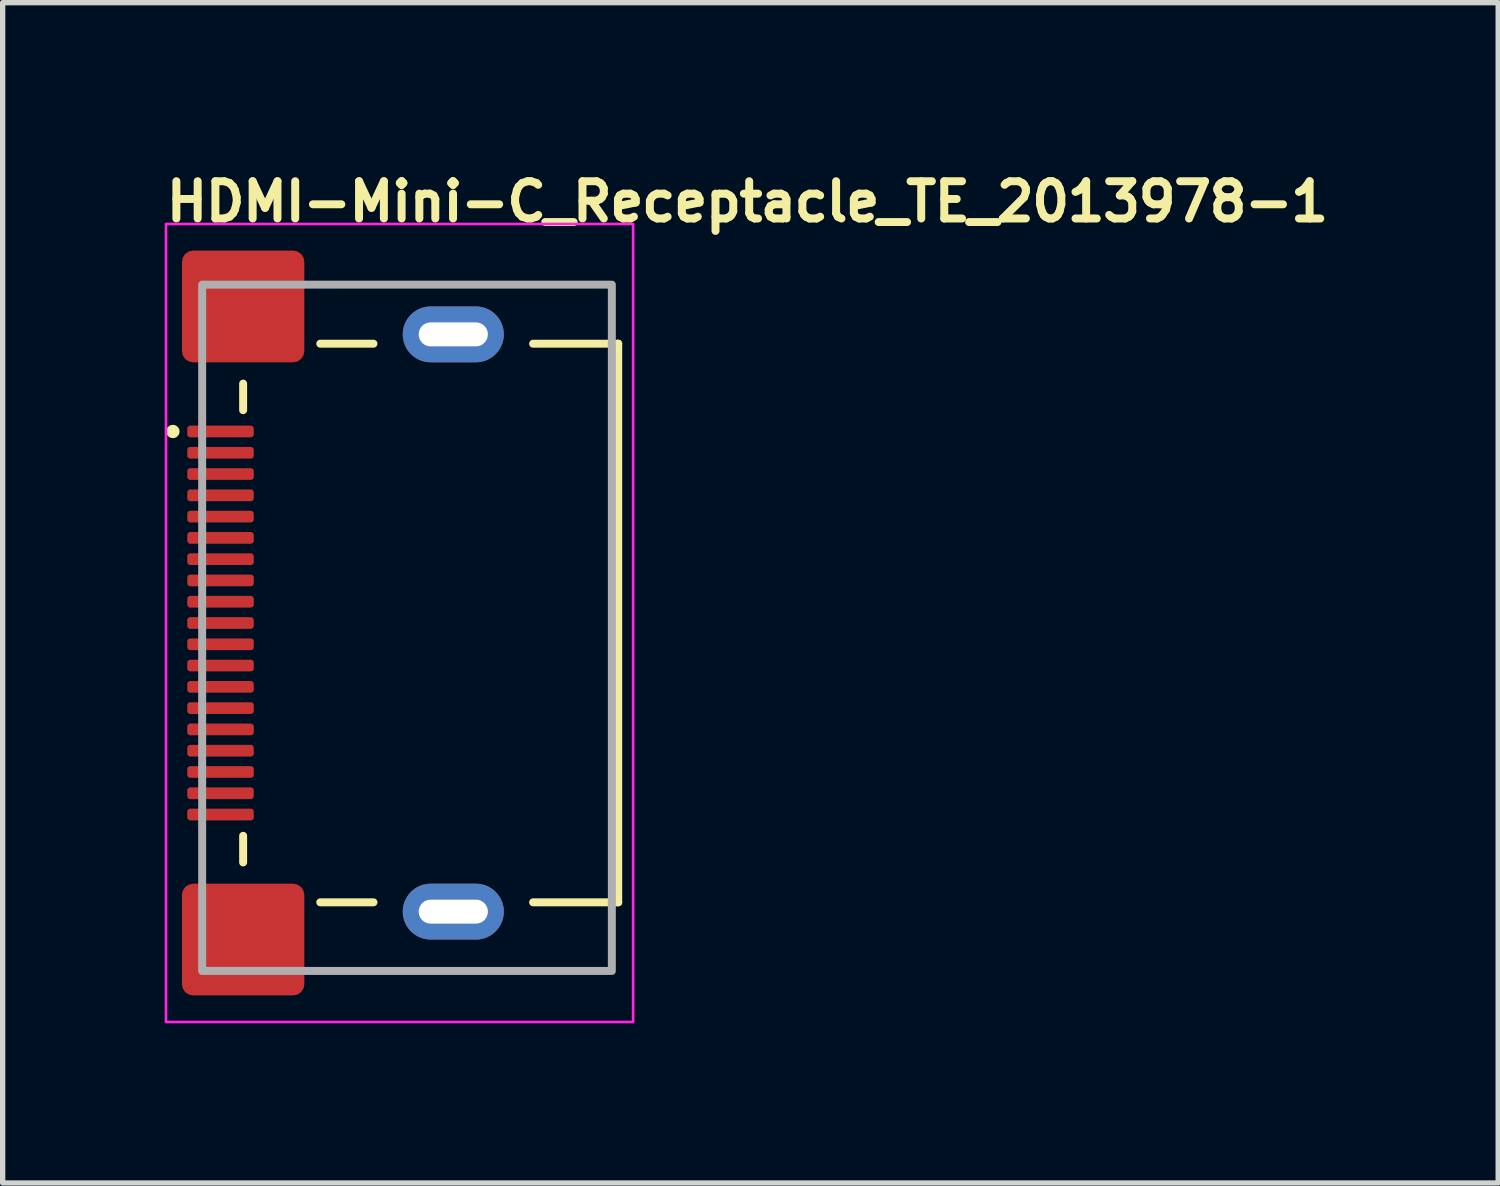
<source format=kicad_pcb>
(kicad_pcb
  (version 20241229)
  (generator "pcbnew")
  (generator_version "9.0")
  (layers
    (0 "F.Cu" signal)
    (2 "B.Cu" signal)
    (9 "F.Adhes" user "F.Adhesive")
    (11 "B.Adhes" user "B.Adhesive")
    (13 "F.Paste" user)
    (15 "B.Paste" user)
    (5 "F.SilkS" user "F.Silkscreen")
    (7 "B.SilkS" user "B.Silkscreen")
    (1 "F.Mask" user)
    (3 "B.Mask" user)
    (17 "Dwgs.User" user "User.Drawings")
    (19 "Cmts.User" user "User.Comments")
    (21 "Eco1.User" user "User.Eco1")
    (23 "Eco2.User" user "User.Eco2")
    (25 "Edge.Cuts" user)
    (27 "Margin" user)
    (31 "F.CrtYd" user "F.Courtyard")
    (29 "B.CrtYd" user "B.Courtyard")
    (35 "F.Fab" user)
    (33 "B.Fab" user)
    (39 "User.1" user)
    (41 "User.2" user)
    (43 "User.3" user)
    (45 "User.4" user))
  (footprint "HDMI-Mini-C_Receptacle_TE_2013978-1"
    (layer "F.Cu")
    (at 4.6 8.75)
    (property "Reference" "HDMI-Mini-C_Receptacle_TE_2013978-1" (at -4.6 -7.6 0) (layer "F.SilkS") (effects (font (size 0.7 0.7) (thickness 0.15)) (justify left bottom)))
    (attr smd)
    (fp_line (start -3.08 -4.59) (end -3.08 -4.09) (stroke (width 0.15) (type solid)) (layer "F.SilkS"))
    (fp_line (start -3.08 3.91) (end -3.08 4.41) (stroke (width 0.15) (type solid)) (layer "F.SilkS"))
    (fp_line (start -0.63 -5.34) (end -1.63 -5.34) (stroke (width 0.15) (type solid)) (layer "F.SilkS"))
    (fp_line (start -0.63 5.16) (end -1.63 5.16) (stroke (width 0.15) (type solid)) (layer "F.SilkS"))
    (fp_line (start 2.37 5.16) (end 3.97 5.16) (stroke (width 0.15) (type solid)) (layer "F.SilkS"))
    (fp_line (start 3.97 -5.34) (end 2.37 -5.34) (stroke (width 0.15) (type solid)) (layer "F.SilkS"))
    (fp_line (start 3.97 5.16) (end 3.97 -5.34) (stroke (width 0.15) (type solid)) (layer "F.SilkS"))
    (fp_circle (center -4.4 -3.69) (end -4.35 -3.69) (stroke (width 0.15) (type solid)) (fill yes) (layer "F.SilkS"))
    (fp_rect (start -4.53 -7.59) (end 4.25 7.41) (stroke (width 0.05) (type solid)) (fill no) (layer "F.CrtYd"))
    (fp_rect (start -3.85 -6.45) (end 3.85 6.45) (stroke (width 0.15) (type solid)) (fill no) (layer "F.Fab"))
    (fp_rect (start -3.85 -6.45) (end 3.85 6.45) (stroke (width 0.1) (type solid)) (fill no) (layer "User.5"))
    (fp_line (start -3.85 -6.45) (end -3.85 -5.85) (stroke (width 0.02) (type solid)) (layer "User.9"))
    (fp_line (start -3.85 -6.45) (end -2.55 -6.45) (stroke (width 0.02) (type solid)) (layer "User.9"))
    (fp_line (start -3.85 -5.85) (end -3.85 -5.822) (stroke (width 0.02) (type solid)) (layer "User.9"))
    (fp_line (start -3.85 -5.85) (end -2.55 -5.85) (stroke (width 0.02) (type solid)) (layer "User.9"))
    (fp_line (start -3.85 -5.822) (end -3.85 -5.794) (stroke (width 0.02) (type solid)) (layer "User.9"))
    (fp_line (start -3.85 -5.794) (end -3.85 -5.767) (stroke (width 0.02) (type solid)) (layer "User.9"))
    (fp_line (start -3.85 -5.767) (end -3.85 -5.742) (stroke (width 0.02) (type solid)) (layer "User.9"))
    (fp_line (start -3.85 -5.742) (end -3.85 -5.717) (stroke (width 0.02) (type solid)) (layer "User.9"))
    (fp_line (start -3.85 -5.717) (end -3.85 -5.694) (stroke (width 0.02) (type solid)) (layer "User.9"))
    (fp_line (start -3.85 -5.694) (end -3.85 -5.673) (stroke (width 0.02) (type solid)) (layer "User.9"))
    (fp_line (start -3.85 -5.673) (end -3.85 -5.655) (stroke (width 0.02) (type solid)) (layer "User.9"))
    (fp_line (start -3.85 -5.655) (end -3.85 -5.638) (stroke (width 0.02) (type solid)) (layer "User.9"))
    (fp_line (start -3.85 -5.638) (end -3.85 -5.625) (stroke (width 0.02) (type solid)) (layer "User.9"))
    (fp_line (start -3.85 -5.625) (end -3.85 -5.614) (stroke (width 0.02) (type solid)) (layer "User.9"))
    (fp_line (start -3.85 -5.614) (end -3.85 -5.606) (stroke (width 0.02) (type solid)) (layer "User.9"))
    (fp_line (start -3.85 -5.606) (end -3.85 -5.602) (stroke (width 0.02) (type solid)) (layer "User.9"))
    (fp_line (start -3.85 -5.602) (end -3.85 -5.6) (stroke (width 0.02) (type solid)) (layer "User.9"))
    (fp_line (start -3.85 -5.6) (end -3.85 -5.597) (stroke (width 0.02) (type solid)) (layer "User.9"))
    (fp_line (start -3.85 -5.597) (end -3.85 -5.586) (stroke (width 0.02) (type solid)) (layer "User.9"))
    (fp_line (start -3.85 -5.586) (end -3.85 -5.569) (stroke (width 0.02) (type solid)) (layer "User.9"))
    (fp_line (start -3.85 -5.569) (end -3.85 -5.546) (stroke (width 0.02) (type solid)) (layer "User.9"))
    (fp_line (start -3.85 -5.546) (end -3.85 -5.516) (stroke (width 0.02) (type solid)) (layer "User.9"))
    (fp_line (start -3.85 -5.516) (end -3.85 -5.48) (stroke (width 0.02) (type solid)) (layer "User.9"))
    (fp_line (start -3.85 -5.48) (end -3.85 -5.439) (stroke (width 0.02) (type solid)) (layer "User.9"))
    (fp_line (start -3.85 -5.439) (end -3.85 -5.393) (stroke (width 0.02) (type solid)) (layer "User.9"))
    (fp_line (start -3.85 -5.393) (end -3.85 -5.343) (stroke (width 0.02) (type solid)) (layer "User.9"))
    (fp_line (start -3.85 -5.343) (end -3.85 -5.289) (stroke (width 0.02) (type solid)) (layer "User.9"))
    (fp_line (start -3.85 -5.289) (end -3.85 -5.232) (stroke (width 0.02) (type solid)) (layer "User.9"))
    (fp_line (start -3.85 -5.232) (end -3.85 -5.172) (stroke (width 0.02) (type solid)) (layer "User.9"))
    (fp_line (start -3.85 -5.172) (end -3.85 -5.112) (stroke (width 0.02) (type solid)) (layer "User.9"))
    (fp_line (start -3.85 -5.112) (end -3.85 -5.05) (stroke (width 0.02) (type solid)) (layer "User.9"))
    (fp_line (start -3.85 -5.05) (end -3.85 -3.7) (stroke (width 0.02) (type solid)) (layer "User.9"))
    (fp_line (start -3.85 -3.7) (end -3.846 -3.653) (stroke (width 0.02) (type solid)) (layer "User.9"))
    (fp_line (start -3.85 -3.562) (end -3.85 -3.807) (stroke (width 0.02) (type solid)) (layer "User.9"))
    (fp_line (start -3.85 -3.562) (end -3.817 -3.562) (stroke (width 0.02) (type solid)) (layer "User.9"))
    (fp_line (start -3.85 -3.408) (end -3.617 -3.408) (stroke (width 0.02) (type solid)) (layer "User.9"))
    (fp_line (start -3.85 -3.162) (end -3.85 -3.408) (stroke (width 0.02) (type solid)) (layer "User.9"))
    (fp_line (start -3.85 -3.162) (end -3.38 -3.162) (stroke (width 0.02) (type solid)) (layer "User.9"))
    (fp_line (start -3.85 -3.008) (end -3.38 -3.008) (stroke (width 0.02) (type solid)) (layer "User.9"))
    (fp_line (start -3.85 -2.762) (end -3.85 -3.008) (stroke (width 0.02) (type solid)) (layer "User.9"))
    (fp_line (start -3.85 -2.762) (end -3.38 -2.762) (stroke (width 0.02) (type solid)) (layer "User.9"))
    (fp_line (start -3.85 -2.608) (end -3.38 -2.608) (stroke (width 0.02) (type solid)) (layer "User.9"))
    (fp_line (start -3.85 -2.362) (end -3.85 -2.608) (stroke (width 0.02) (type solid)) (layer "User.9"))
    (fp_line (start -3.85 -2.362) (end -3.38 -2.362) (stroke (width 0.02) (type solid)) (layer "User.9"))
    (fp_line (start -3.85 -2.208) (end -3.38 -2.208) (stroke (width 0.02) (type solid)) (layer "User.9"))
    (fp_line (start -3.85 -1.962) (end -3.85 -2.208) (stroke (width 0.02) (type solid)) (layer "User.9"))
    (fp_line (start -3.85 -1.962) (end -3.38 -1.962) (stroke (width 0.02) (type solid)) (layer "User.9"))
    (fp_line (start -3.85 -1.808) (end -3.38 -1.808) (stroke (width 0.02) (type solid)) (layer "User.9"))
    (fp_line (start -3.85 -1.562) (end -3.85 -1.808) (stroke (width 0.02) (type solid)) (layer "User.9"))
    (fp_line (start -3.85 -1.562) (end -3.38 -1.562) (stroke (width 0.02) (type solid)) (layer "User.9"))
    (fp_line (start -3.85 -1.407) (end -3.38 -1.407) (stroke (width 0.02) (type solid)) (layer "User.9"))
    (fp_line (start -3.85 -1.162) (end -3.85 -1.407) (stroke (width 0.02) (type solid)) (layer "User.9"))
    (fp_line (start -3.85 -1.162) (end -3.38 -1.162) (stroke (width 0.02) (type solid)) (layer "User.9"))
    (fp_line (start -3.85 -1.008) (end -3.38 -1.008) (stroke (width 0.02) (type solid)) (layer "User.9"))
    (fp_line (start -3.85 -0.762) (end -3.85 -1.008) (stroke (width 0.02) (type solid)) (layer "User.9"))
    (fp_line (start -3.85 -0.762) (end -3.38 -0.762) (stroke (width 0.02) (type solid)) (layer "User.9"))
    (fp_line (start -3.85 -0.608) (end -3.38 -0.608) (stroke (width 0.02) (type solid)) (layer "User.9"))
    (fp_line (start -3.85 -0.362) (end -3.85 -0.608) (stroke (width 0.02) (type solid)) (layer "User.9"))
    (fp_line (start -3.85 -0.362) (end -3.38 -0.362) (stroke (width 0.02) (type solid)) (layer "User.9"))
    (fp_line (start -3.85 -0.207) (end -3.38 -0.207) (stroke (width 0.02) (type solid)) (layer "User.9"))
    (fp_line (start -3.85 0.038) (end -3.85 -0.207) (stroke (width 0.02) (type solid)) (layer "User.9"))
    (fp_line (start -3.85 0.038) (end -3.38 0.038) (stroke (width 0.02) (type solid)) (layer "User.9"))
    (fp_line (start -3.85 0.192) (end -3.38 0.192) (stroke (width 0.02) (type solid)) (layer "User.9"))
    (fp_line (start -3.85 0.438) (end -3.85 0.192) (stroke (width 0.02) (type solid)) (layer "User.9"))
    (fp_line (start -3.85 0.438) (end -3.38 0.438) (stroke (width 0.02) (type solid)) (layer "User.9"))
    (fp_line (start -3.85 0.592) (end -3.38 0.592) (stroke (width 0.02) (type solid)) (layer "User.9"))
    (fp_line (start -3.85 0.838) (end -3.85 0.592) (stroke (width 0.02) (type solid)) (layer "User.9"))
    (fp_line (start -3.85 0.838) (end -3.38 0.838) (stroke (width 0.02) (type solid)) (layer "User.9"))
    (fp_line (start -3.85 0.992) (end -3.38 0.992) (stroke (width 0.02) (type solid)) (layer "User.9"))
    (fp_line (start -3.85 1.237) (end -3.85 0.992) (stroke (width 0.02) (type solid)) (layer "User.9"))
    (fp_line (start -3.85 1.237) (end -3.38 1.237) (stroke (width 0.02) (type solid)) (layer "User.9"))
    (fp_line (start -3.85 1.392) (end -3.38 1.392) (stroke (width 0.02) (type solid)) (layer "User.9"))
    (fp_line (start -3.85 1.638) (end -3.85 1.392) (stroke (width 0.02) (type solid)) (layer "User.9"))
    (fp_line (start -3.85 1.638) (end -3.38 1.638) (stroke (width 0.02) (type solid)) (layer "User.9"))
    (fp_line (start -3.85 1.792) (end -3.38 1.792) (stroke (width 0.02) (type solid)) (layer "User.9"))
    (fp_line (start -3.85 2.038) (end -3.85 1.792) (stroke (width 0.02) (type solid)) (layer "User.9"))
    (fp_line (start -3.85 2.038) (end -3.38 2.038) (stroke (width 0.02) (type solid)) (layer "User.9"))
    (fp_line (start -3.85 2.192) (end -3.38 2.192) (stroke (width 0.02) (type solid)) (layer "User.9"))
    (fp_line (start -3.85 2.438) (end -3.85 2.192) (stroke (width 0.02) (type solid)) (layer "User.9"))
    (fp_line (start -3.85 2.438) (end -3.38 2.438) (stroke (width 0.02) (type solid)) (layer "User.9"))
    (fp_line (start -3.85 2.592) (end -3.38 2.592) (stroke (width 0.02) (type solid)) (layer "User.9"))
    (fp_line (start -3.85 2.838) (end -3.85 2.592) (stroke (width 0.02) (type solid)) (layer "User.9"))
    (fp_line (start -3.85 2.838) (end -3.38 2.838) (stroke (width 0.02) (type solid)) (layer "User.9"))
    (fp_line (start -3.85 2.992) (end -3.38 2.992) (stroke (width 0.02) (type solid)) (layer "User.9"))
    (fp_line (start -3.85 3.238) (end -3.85 2.992) (stroke (width 0.02) (type solid)) (layer "User.9"))
    (fp_line (start -3.85 3.238) (end -3.38 3.238) (stroke (width 0.02) (type solid)) (layer "User.9"))
    (fp_line (start -3.85 3.392) (end -3.38 3.392) (stroke (width 0.02) (type solid)) (layer "User.9"))
    (fp_line (start -3.85 3.638) (end -3.85 3.392) (stroke (width 0.02) (type solid)) (layer "User.9"))
    (fp_line (start -3.85 3.638) (end -3.843 3.638) (stroke (width 0.02) (type solid)) (layer "User.9"))
    (fp_line (start -3.85 3.7) (end -3.85 5.05) (stroke (width 0.02) (type solid)) (layer "User.9"))
    (fp_line (start -3.85 5.05) (end -3.85 5.112) (stroke (width 0.02) (type solid)) (layer "User.9"))
    (fp_line (start -3.85 5.112) (end -3.85 5.172) (stroke (width 0.02) (type solid)) (layer "User.9"))
    (fp_line (start -3.85 5.172) (end -3.85 5.232) (stroke (width 0.02) (type solid)) (layer "User.9"))
    (fp_line (start -3.85 5.232) (end -3.85 5.289) (stroke (width 0.02) (type solid)) (layer "User.9"))
    (fp_line (start -3.85 5.289) (end -3.85 5.343) (stroke (width 0.02) (type solid)) (layer "User.9"))
    (fp_line (start -3.85 5.343) (end -3.85 5.393) (stroke (width 0.02) (type solid)) (layer "User.9"))
    (fp_line (start -3.85 5.393) (end -3.85 5.439) (stroke (width 0.02) (type solid)) (layer "User.9"))
    (fp_line (start -3.85 5.439) (end -3.85 5.48) (stroke (width 0.02) (type solid)) (layer "User.9"))
    (fp_line (start -3.85 5.48) (end -3.85 5.516) (stroke (width 0.02) (type solid)) (layer "User.9"))
    (fp_line (start -3.85 5.516) (end -3.85 5.546) (stroke (width 0.02) (type solid)) (layer "User.9"))
    (fp_line (start -3.85 5.546) (end -3.85 5.569) (stroke (width 0.02) (type solid)) (layer "User.9"))
    (fp_line (start -3.85 5.569) (end -3.85 5.586) (stroke (width 0.02) (type solid)) (layer "User.9"))
    (fp_line (start -3.85 5.586) (end -3.85 5.597) (stroke (width 0.02) (type solid)) (layer "User.9"))
    (fp_line (start -3.85 5.597) (end -3.85 5.6) (stroke (width 0.02) (type solid)) (layer "User.9"))
    (fp_line (start -3.85 5.6) (end -3.85 5.602) (stroke (width 0.02) (type solid)) (layer "User.9"))
    (fp_line (start -3.85 5.602) (end -3.85 5.606) (stroke (width 0.02) (type solid)) (layer "User.9"))
    (fp_line (start -3.85 5.606) (end -3.85 5.614) (stroke (width 0.02) (type solid)) (layer "User.9"))
    (fp_line (start -3.85 5.614) (end -3.85 5.625) (stroke (width 0.02) (type solid)) (layer "User.9"))
    (fp_line (start -3.85 5.625) (end -3.85 5.638) (stroke (width 0.02) (type solid)) (layer "User.9"))
    (fp_line (start -3.85 5.638) (end -3.85 5.655) (stroke (width 0.02) (type solid)) (layer "User.9"))
    (fp_line (start -3.85 5.655) (end -3.85 5.673) (stroke (width 0.02) (type solid)) (layer "User.9"))
    (fp_line (start -3.85 5.673) (end -3.85 5.694) (stroke (width 0.02) (type solid)) (layer "User.9"))
    (fp_line (start -3.85 5.694) (end -3.85 5.717) (stroke (width 0.02) (type solid)) (layer "User.9"))
    (fp_line (start -3.85 5.717) (end -3.85 5.742) (stroke (width 0.02) (type solid)) (layer "User.9"))
    (fp_line (start -3.85 5.742) (end -3.85 5.767) (stroke (width 0.02) (type solid)) (layer "User.9"))
    (fp_line (start -3.85 5.767) (end -3.85 5.794) (stroke (width 0.02) (type solid)) (layer "User.9"))
    (fp_line (start -3.85 5.794) (end -3.85 5.822) (stroke (width 0.02) (type solid)) (layer "User.9"))
    (fp_line (start -3.85 5.822) (end -3.85 5.85) (stroke (width 0.02) (type solid)) (layer "User.9"))
    (fp_line (start -3.85 5.85) (end -3.85 6.45) (stroke (width 0.02) (type solid)) (layer "User.9"))
    (fp_line (start -3.85 5.85) (end -2.55 5.85) (stroke (width 0.02) (type solid)) (layer "User.9"))
    (fp_line (start -3.85 6.45) (end -2.55 6.45) (stroke (width 0.02) (type solid)) (layer "User.9"))
    (fp_line (start -3.846 -3.653) (end -3.835 -3.607) (stroke (width 0.02) (type solid)) (layer "User.9"))
    (fp_line (start -3.846 3.653) (end -3.85 3.7) (stroke (width 0.02) (type solid)) (layer "User.9"))
    (fp_line (start -3.835 -3.607) (end -3.817 -3.564) (stroke (width 0.02) (type solid)) (layer "User.9"))
    (fp_line (start -3.835 3.607) (end -3.846 3.653) (stroke (width 0.02) (type solid)) (layer "User.9"))
    (fp_line (start -3.817 -3.564) (end -3.793 -3.524) (stroke (width 0.02) (type solid)) (layer "User.9"))
    (fp_line (start -3.817 3.564) (end -3.835 3.607) (stroke (width 0.02) (type solid)) (layer "User.9"))
    (fp_line (start -3.793 -3.524) (end -3.762 -3.488) (stroke (width 0.02) (type solid)) (layer "User.9"))
    (fp_line (start -3.793 3.524) (end -3.817 3.564) (stroke (width 0.02) (type solid)) (layer "User.9"))
    (fp_line (start -3.762 -3.488) (end -3.726 -3.457) (stroke (width 0.02) (type solid)) (layer "User.9"))
    (fp_line (start -3.762 3.488) (end -3.793 3.524) (stroke (width 0.02) (type solid)) (layer "User.9"))
    (fp_line (start -3.726 -3.457) (end -3.686 -3.433) (stroke (width 0.02) (type solid)) (layer "User.9"))
    (fp_line (start -3.726 3.457) (end -3.762 3.488) (stroke (width 0.02) (type solid)) (layer "User.9"))
    (fp_line (start -3.686 -3.433) (end -3.643 -3.415) (stroke (width 0.02) (type solid)) (layer "User.9"))
    (fp_line (start -3.686 3.433) (end -3.726 3.457) (stroke (width 0.02) (type solid)) (layer "User.9"))
    (fp_line (start -3.643 -3.415) (end -3.597 -3.404) (stroke (width 0.02) (type solid)) (layer "User.9"))
    (fp_line (start -3.643 3.415) (end -3.686 3.433) (stroke (width 0.02) (type solid)) (layer "User.9"))
    (fp_line (start -3.597 -3.404) (end -3.55 -3.4) (stroke (width 0.02) (type solid)) (layer "User.9"))
    (fp_line (start -3.597 3.404) (end -3.643 3.415) (stroke (width 0.02) (type solid)) (layer "User.9"))
    (fp_line (start -3.55 3.4) (end -3.597 3.404) (stroke (width 0.02) (type solid)) (layer "User.9"))
    (fp_line (start -3.55 3.4) (end -3.05 3.4) (stroke (width 0.02) (type solid)) (layer "User.9"))
    (fp_line (start -3.38 -3.4) (end -3.38 3.4) (stroke (width 0.02) (type solid)) (layer "User.9"))
    (fp_line (start -3.3 2.6) (end -3.3 -2.6) (stroke (width 0.02) (type solid)) (layer "User.9"))
    (fp_line (start -3.3 2.6) (end -3.296 2.647) (stroke (width 0.02) (type solid)) (layer "User.9"))
    (fp_line (start -3.296 -2.647) (end -3.3 -2.6) (stroke (width 0.02) (type solid)) (layer "User.9"))
    (fp_line (start -3.296 2.647) (end -3.285 2.693) (stroke (width 0.02) (type solid)) (layer "User.9"))
    (fp_line (start -3.285 -2.693) (end -3.296 -2.647) (stroke (width 0.02) (type solid)) (layer "User.9"))
    (fp_line (start -3.285 2.693) (end -3.267 2.736) (stroke (width 0.02) (type solid)) (layer "User.9"))
    (fp_line (start -3.267 -2.736) (end -3.285 -2.693) (stroke (width 0.02) (type solid)) (layer "User.9"))
    (fp_line (start -3.267 2.736) (end -3.243 2.776) (stroke (width 0.02) (type solid)) (layer "User.9"))
    (fp_line (start -3.243 -2.776) (end -3.267 -2.736) (stroke (width 0.02) (type solid)) (layer "User.9"))
    (fp_line (start -3.243 2.776) (end -3.212 2.812) (stroke (width 0.02) (type solid)) (layer "User.9"))
    (fp_line (start -3.22 -3.162) (end -3.22 -3.4) (stroke (width 0.02) (type solid)) (layer "User.9"))
    (fp_line (start -3.22 -3.162) (end -3.218 -3.162) (stroke (width 0.02) (type solid)) (layer "User.9"))
    (fp_line (start -3.22 -3.008) (end -3.218 -3.008) (stroke (width 0.02) (type solid)) (layer "User.9"))
    (fp_line (start -3.22 -2.804) (end -3.22 -3.008) (stroke (width 0.02) (type solid)) (layer "User.9"))
    (fp_line (start -3.22 2.838) (end -3.22 2.804) (stroke (width 0.02) (type solid)) (layer "User.9"))
    (fp_line (start -3.22 2.838) (end -3.22 2.838) (stroke (width 0.02) (type solid)) (layer "User.9"))
    (fp_line (start -3.22 2.838) (end -3.219 2.838) (stroke (width 0.02) (type solid)) (layer "User.9"))
    (fp_line (start -3.22 2.992) (end -3.218 2.992) (stroke (width 0.02) (type solid)) (layer "User.9"))
    (fp_line (start -3.22 3.238) (end -3.22 2.992) (stroke (width 0.02) (type solid)) (layer "User.9"))
    (fp_line (start -3.22 3.238) (end -3.218 3.238) (stroke (width 0.02) (type solid)) (layer "User.9"))
    (fp_line (start -3.22 3.392) (end -3.218 3.392) (stroke (width 0.02) (type solid)) (layer "User.9"))
    (fp_line (start -3.22 3.4) (end -3.22 3.392) (stroke (width 0.02) (type solid)) (layer "User.9"))
    (fp_line (start -3.219 2.838) (end -3.218 2.838) (stroke (width 0.02) (type solid)) (layer "User.9"))
    (fp_line (start -3.218 -3.162) (end -3.213 -3.162) (stroke (width 0.02) (type solid)) (layer "User.9"))
    (fp_line (start -3.218 -3.008) (end -3.213 -3.008) (stroke (width 0.02) (type solid)) (layer "User.9"))
    (fp_line (start -3.218 2.838) (end -3.217 2.838) (stroke (width 0.02) (type solid)) (layer "User.9"))
    (fp_line (start -3.218 2.992) (end -3.213 2.992) (stroke (width 0.02) (type solid)) (layer "User.9"))
    (fp_line (start -3.218 3.238) (end -3.213 3.238) (stroke (width 0.02) (type solid)) (layer "User.9"))
    (fp_line (start -3.218 3.392) (end -3.213 3.392) (stroke (width 0.02) (type solid)) (layer "User.9"))
    (fp_line (start -3.217 2.838) (end -3.215 2.838) (stroke (width 0.02) (type solid)) (layer "User.9"))
    (fp_line (start -3.215 2.838) (end -3.213 2.838) (stroke (width 0.02) (type solid)) (layer "User.9"))
    (fp_line (start -3.213 -3.162) (end -3.205 -3.162) (stroke (width 0.02) (type solid)) (layer "User.9"))
    (fp_line (start -3.213 -3.008) (end -3.205 -3.008) (stroke (width 0.02) (type solid)) (layer "User.9"))
    (fp_line (start -3.213 2.838) (end -3.211 2.838) (stroke (width 0.02) (type solid)) (layer "User.9"))
    (fp_line (start -3.213 2.992) (end -3.205 2.992) (stroke (width 0.02) (type solid)) (layer "User.9"))
    (fp_line (start -3.213 3.238) (end -3.205 3.238) (stroke (width 0.02) (type solid)) (layer "User.9"))
    (fp_line (start -3.213 3.392) (end -3.205 3.392) (stroke (width 0.02) (type solid)) (layer "User.9"))
    (fp_line (start -3.212 -2.812) (end -3.243 -2.776) (stroke (width 0.02) (type solid)) (layer "User.9"))
    (fp_line (start -3.212 2.812) (end -3.176 2.843) (stroke (width 0.02) (type solid)) (layer "User.9"))
    (fp_line (start -3.211 2.838) (end -3.208 2.838) (stroke (width 0.02) (type solid)) (layer "User.9"))
    (fp_line (start -3.208 2.838) (end -3.205 2.838) (stroke (width 0.02) (type solid)) (layer "User.9"))
    (fp_line (start -3.205 -3.162) (end -3.193 -3.162) (stroke (width 0.02) (type solid)) (layer "User.9"))
    (fp_line (start -3.205 -3.008) (end -3.193 -3.008) (stroke (width 0.02) (type solid)) (layer "User.9"))
    (fp_line (start -3.205 2.838) (end -3.201 2.838) (stroke (width 0.02) (type solid)) (layer "User.9"))
    (fp_line (start -3.205 2.992) (end -3.193 2.992) (stroke (width 0.02) (type solid)) (layer "User.9"))
    (fp_line (start -3.205 3.238) (end -3.193 3.238) (stroke (width 0.02) (type solid)) (layer "User.9"))
    (fp_line (start -3.205 3.392) (end -3.193 3.392) (stroke (width 0.02) (type solid)) (layer "User.9"))
    (fp_line (start -3.201 2.838) (end -3.197 2.838) (stroke (width 0.02) (type solid)) (layer "User.9"))
    (fp_line (start -3.197 2.838) (end -3.193 2.838) (stroke (width 0.02) (type solid)) (layer "User.9"))
    (fp_line (start -3.193 -3.162) (end -3.179 -3.162) (stroke (width 0.02) (type solid)) (layer "User.9"))
    (fp_line (start -3.193 -3.008) (end -3.179 -3.008) (stroke (width 0.02) (type solid)) (layer "User.9"))
    (fp_line (start -3.193 2.838) (end -3.188 2.838) (stroke (width 0.02) (type solid)) (layer "User.9"))
    (fp_line (start -3.193 2.992) (end -3.179 2.992) (stroke (width 0.02) (type solid)) (layer "User.9"))
    (fp_line (start -3.193 3.238) (end -3.179 3.238) (stroke (width 0.02) (type solid)) (layer "User.9"))
    (fp_line (start -3.193 3.392) (end -3.179 3.392) (stroke (width 0.02) (type solid)) (layer "User.9"))
    (fp_line (start -3.188 2.838) (end -3.183 2.838) (stroke (width 0.02) (type solid)) (layer "User.9"))
    (fp_line (start -3.18 -3.162) (end -3.18 -3.008) (stroke (width 0.02) (type solid)) (layer "User.9"))
    (fp_line (start -3.18 2.84) (end -3.18 2.992) (stroke (width 0.02) (type solid)) (layer "User.9"))
    (fp_line (start -3.18 3.238) (end -3.18 3.392) (stroke (width 0.02) (type solid)) (layer "User.9"))
    (fp_line (start -3.179 -3.162) (end -3.161 -3.162) (stroke (width 0.02) (type solid)) (layer "User.9"))
    (fp_line (start -3.179 -3.008) (end -3.161 -3.008) (stroke (width 0.02) (type solid)) (layer "User.9"))
    (fp_line (start -3.179 2.992) (end -3.161 2.992) (stroke (width 0.02) (type solid)) (layer "User.9"))
    (fp_line (start -3.179 3.238) (end -3.161 3.238) (stroke (width 0.02) (type solid)) (layer "User.9"))
    (fp_line (start -3.179 3.392) (end -3.161 3.392) (stroke (width 0.02) (type solid)) (layer "User.9"))
    (fp_line (start -3.176 -2.843) (end -3.212 -2.812) (stroke (width 0.02) (type solid)) (layer "User.9"))
    (fp_line (start -3.176 2.843) (end -3.136 2.867) (stroke (width 0.02) (type solid)) (layer "User.9"))
    (fp_line (start -3.161 -3.162) (end -3.141 -3.162) (stroke (width 0.02) (type solid)) (layer "User.9"))
    (fp_line (start -3.161 -3.008) (end -3.141 -3.008) (stroke (width 0.02) (type solid)) (layer "User.9"))
    (fp_line (start -3.161 2.992) (end -3.141 2.992) (stroke (width 0.02) (type solid)) (layer "User.9"))
    (fp_line (start -3.161 3.238) (end -3.141 3.238) (stroke (width 0.02) (type solid)) (layer "User.9"))
    (fp_line (start -3.161 3.392) (end -3.141 3.392) (stroke (width 0.02) (type solid)) (layer "User.9"))
    (fp_line (start -3.141 -3.162) (end -3.118 -3.162) (stroke (width 0.02) (type solid)) (layer "User.9"))
    (fp_line (start -3.141 -3.008) (end -3.118 -3.008) (stroke (width 0.02) (type solid)) (layer "User.9"))
    (fp_line (start -3.141 2.992) (end -3.118 2.992) (stroke (width 0.02) (type solid)) (layer "User.9"))
    (fp_line (start -3.141 3.238) (end -3.118 3.238) (stroke (width 0.02) (type solid)) (layer "User.9"))
    (fp_line (start -3.141 3.392) (end -3.118 3.392) (stroke (width 0.02) (type solid)) (layer "User.9"))
    (fp_line (start -3.136 -2.867) (end -3.176 -2.843) (stroke (width 0.02) (type solid)) (layer "User.9"))
    (fp_line (start -3.136 2.867) (end -3.093 2.885) (stroke (width 0.02) (type solid)) (layer "User.9"))
    (fp_line (start -3.118 -3.162) (end -3.094 -3.162) (stroke (width 0.02) (type solid)) (layer "User.9"))
    (fp_line (start -3.118 -3.008) (end -3.094 -3.008) (stroke (width 0.02) (type solid)) (layer "User.9"))
    (fp_line (start -3.118 2.992) (end -3.094 2.992) (stroke (width 0.02) (type solid)) (layer "User.9"))
    (fp_line (start -3.118 3.238) (end -3.094 3.238) (stroke (width 0.02) (type solid)) (layer "User.9"))
    (fp_line (start -3.118 3.392) (end -3.094 3.392) (stroke (width 0.02) (type solid)) (layer "User.9"))
    (fp_line (start -3.094 -3.162) (end -3.067 -3.162) (stroke (width 0.02) (type solid)) (layer "User.9"))
    (fp_line (start -3.094 -3.008) (end -3.067 -3.008) (stroke (width 0.02) (type solid)) (layer "User.9"))
    (fp_line (start -3.094 2.992) (end -3.067 2.992) (stroke (width 0.02) (type solid)) (layer "User.9"))
    (fp_line (start -3.094 3.238) (end -3.067 3.238) (stroke (width 0.02) (type solid)) (layer "User.9"))
    (fp_line (start -3.094 3.392) (end -3.067 3.392) (stroke (width 0.02) (type solid)) (layer "User.9"))
    (fp_line (start -3.093 -2.885) (end -3.136 -2.867) (stroke (width 0.02) (type solid)) (layer "User.9"))
    (fp_line (start -3.093 2.885) (end -3.047 2.896) (stroke (width 0.02) (type solid)) (layer "User.9"))
    (fp_line (start -3.067 -3.162) (end -3.039 -3.162) (stroke (width 0.02) (type solid)) (layer "User.9"))
    (fp_line (start -3.067 -3.008) (end -3.039 -3.008) (stroke (width 0.02) (type solid)) (layer "User.9"))
    (fp_line (start -3.067 2.992) (end -3.039 2.992) (stroke (width 0.02) (type solid)) (layer "User.9"))
    (fp_line (start -3.067 3.238) (end -3.039 3.238) (stroke (width 0.02) (type solid)) (layer "User.9"))
    (fp_line (start -3.067 3.392) (end -3.039 3.392) (stroke (width 0.02) (type solid)) (layer "User.9"))
    (fp_line (start -3.05 -5.05) (end -3.85 -5.05) (stroke (width 0.02) (type solid)) (layer "User.9"))
    (fp_line (start -3.05 -5.05) (end -3.05 -4.15) (stroke (width 0.02) (type solid)) (layer "User.9"))
    (fp_line (start -3.05 -5.05) (end -3.047 -5.079) (stroke (width 0.02) (type solid)) (layer "User.9"))
    (fp_line (start -3.05 -4.15) (end -3.046 -4.131) (stroke (width 0.02) (type solid)) (layer "User.9"))
    (fp_line (start -3.05 -3.4) (end -3.55 -3.4) (stroke (width 0.02) (type solid)) (layer "User.9"))
    (fp_line (start -3.05 -3.4) (end -3.003 -3.404) (stroke (width 0.02) (type solid)) (layer "User.9"))
    (fp_line (start -3.05 5.05) (end -3.85 5.05) (stroke (width 0.02) (type solid)) (layer "User.9"))
    (fp_line (start -3.05 5.05) (end -3.05 4.15) (stroke (width 0.02) (type solid)) (layer "User.9"))
    (fp_line (start -3.047 -5.079) (end -3.039 -5.107) (stroke (width 0.02) (type solid)) (layer "User.9"))
    (fp_line (start -3.047 -2.896) (end -3.093 -2.885) (stroke (width 0.02) (type solid)) (layer "User.9"))
    (fp_line (start -3.047 2.896) (end -3 2.9) (stroke (width 0.02) (type solid)) (layer "User.9"))
    (fp_line (start -3.047 5.079) (end -3.05 5.05) (stroke (width 0.02) (type solid)) (layer "User.9"))
    (fp_line (start -3.046 -4.131) (end -3.035 -4.115) (stroke (width 0.02) (type solid)) (layer "User.9"))
    (fp_line (start -3.046 4.131) (end -3.05 4.15) (stroke (width 0.02) (type solid)) (layer "User.9"))
    (fp_line (start -3.045 5.089) (end -3.039 5.107) (stroke (width 0.02) (type solid)) (layer "User.9"))
    (fp_line (start -3.039 -5.107) (end -3.025 -5.133) (stroke (width 0.02) (type solid)) (layer "User.9"))
    (fp_line (start -3.039 -3.162) (end -3.01 -3.162) (stroke (width 0.02) (type solid)) (layer "User.9"))
    (fp_line (start -3.039 -3.008) (end -3.01 -3.008) (stroke (width 0.02) (type solid)) (layer "User.9"))
    (fp_line (start -3.039 2.992) (end -3.01 2.992) (stroke (width 0.02) (type solid)) (layer "User.9"))
    (fp_line (start -3.039 3.238) (end -3.01 3.238) (stroke (width 0.02) (type solid)) (layer "User.9"))
    (fp_line (start -3.039 3.392) (end -3.01 3.392) (stroke (width 0.02) (type solid)) (layer "User.9"))
    (fp_line (start -3.039 5.107) (end -3.047 5.079) (stroke (width 0.02) (type solid)) (layer "User.9"))
    (fp_line (start -3.039 5.107) (end -3.03 5.125) (stroke (width 0.02) (type solid)) (layer "User.9"))
    (fp_line (start -3.038 -5.109) (end -3.044 -5.091) (stroke (width 0.02) (type solid)) (layer "User.9"))
    (fp_line (start -3.035 -4.115) (end -3.019 -4.104) (stroke (width 0.02) (type solid)) (layer "User.9"))
    (fp_line (start -3.035 4.115) (end -3.046 4.131) (stroke (width 0.02) (type solid)) (layer "User.9"))
    (fp_line (start -3.029 -5.127) (end -3.038 -5.109) (stroke (width 0.02) (type solid)) (layer "User.9"))
    (fp_line (start -3.026 5.131) (end -3.008 5.155) (stroke (width 0.02) (type solid)) (layer "User.9"))
    (fp_line (start -3.025 -5.133) (end -3.007 -5.155) (stroke (width 0.02) (type solid)) (layer "User.9"))
    (fp_line (start -3.025 5.133) (end -3.039 5.107) (stroke (width 0.02) (type solid)) (layer "User.9"))
    (fp_line (start -3.019 -4.104) (end -3 -4.1) (stroke (width 0.02) (type solid)) (layer "User.9"))
    (fp_line (start -3.019 4.104) (end -3.035 4.115) (stroke (width 0.02) (type solid)) (layer "User.9"))
    (fp_line (start -3.01 -3.162) (end -2.98 -3.162) (stroke (width 0.02) (type solid)) (layer "User.9"))
    (fp_line (start -3.01 -3.008) (end -2.98 -3.008) (stroke (width 0.02) (type solid)) (layer "User.9"))
    (fp_line (start -3.01 2.992) (end -2.98 2.992) (stroke (width 0.02) (type solid)) (layer "User.9"))
    (fp_line (start -3.01 3.238) (end -2.98 3.238) (stroke (width 0.02) (type solid)) (layer "User.9"))
    (fp_line (start -3.01 3.392) (end -2.98 3.392) (stroke (width 0.02) (type solid)) (layer "User.9"))
    (fp_line (start -3.007 -5.155) (end -2.985 -5.174) (stroke (width 0.02) (type solid)) (layer "User.9"))
    (fp_line (start -3.006 5.156) (end -3.025 5.133) (stroke (width 0.02) (type solid)) (layer "User.9"))
    (fp_line (start -3.005 -5.157) (end -3.021 -5.139) (stroke (width 0.02) (type solid)) (layer "User.9"))
    (fp_line (start -3.003 -3.404) (end -2.957 -3.415) (stroke (width 0.02) (type solid)) (layer "User.9"))
    (fp_line (start -3.003 3.404) (end -3.05 3.4) (stroke (width 0.02) (type solid)) (layer "User.9"))
    (fp_line (start -3 -4.1) (end -2.75 -4.1) (stroke (width 0.02) (type solid)) (layer "User.9"))
    (fp_line (start -3 -2.9) (end -3.047 -2.896) (stroke (width 0.02) (type solid)) (layer "User.9"))
    (fp_line (start -3 -2.9) (end -2.75 -2.9) (stroke (width 0.02) (type solid)) (layer "User.9"))
    (fp_line (start -3 4.1) (end -3.019 4.104) (stroke (width 0.02) (type solid)) (layer "User.9"))
    (fp_line (start -2.985 -5.174) (end -2.959 -5.188) (stroke (width 0.02) (type solid)) (layer "User.9"))
    (fp_line (start -2.983 -3.408) (end -2.981 -3.408) (stroke (width 0.02) (type solid)) (layer "User.9"))
    (fp_line (start -2.983 5.175) (end -3.006 5.156) (stroke (width 0.02) (type solid)) (layer "User.9"))
    (fp_line (start -2.981 -3.408) (end -2.979 -3.408) (stroke (width 0.02) (type solid)) (layer "User.9"))
    (fp_line (start -2.98 -3.162) (end -2.95 -3.162) (stroke (width 0.02) (type solid)) (layer "User.9"))
    (fp_line (start -2.98 -3.008) (end -2.95 -3.008) (stroke (width 0.02) (type solid)) (layer "User.9"))
    (fp_line (start -2.98 2.992) (end -2.95 2.992) (stroke (width 0.02) (type solid)) (layer "User.9"))
    (fp_line (start -2.98 3.238) (end -2.95 3.238) (stroke (width 0.02) (type solid)) (layer "User.9"))
    (fp_line (start -2.98 3.392) (end -2.95 3.392) (stroke (width 0.02) (type solid)) (layer "User.9"))
    (fp_line (start -2.979 -3.408) (end -2.976 -3.408) (stroke (width 0.02) (type solid)) (layer "User.9"))
    (fp_line (start -2.976 -3.408) (end -2.974 -3.408) (stroke (width 0.02) (type solid)) (layer "User.9"))
    (fp_line (start -2.976 5.179) (end -2.959 5.188) (stroke (width 0.02) (type solid)) (layer "User.9"))
    (fp_line (start -2.974 -3.408) (end -2.971 -3.408) (stroke (width 0.02) (type solid)) (layer "User.9"))
    (fp_line (start -2.971 -3.408) (end -2.969 -3.408) (stroke (width 0.02) (type solid)) (layer "User.9"))
    (fp_line (start -2.969 -3.408) (end -2.967 -3.408) (stroke (width 0.02) (type solid)) (layer "User.9"))
    (fp_line (start -2.967 -3.408) (end -2.964 -3.408) (stroke (width 0.02) (type solid)) (layer "User.9"))
    (fp_line (start -2.964 -3.408) (end -2.962 -3.408) (stroke (width 0.02) (type solid)) (layer "User.9"))
    (fp_line (start -2.962 -3.408) (end -2.96 -3.408) (stroke (width 0.02) (type solid)) (layer "User.9"))
    (fp_line (start -2.96 -3.408) (end -2.957 -3.408) (stroke (width 0.02) (type solid)) (layer "User.9"))
    (fp_line (start -2.959 -5.188) (end -2.93 -5.197) (stroke (width 0.02) (type solid)) (layer "User.9"))
    (fp_line (start -2.959 5.188) (end -2.941 5.194) (stroke (width 0.02) (type solid)) (layer "User.9"))
    (fp_line (start -2.958 5.189) (end -2.983 5.175) (stroke (width 0.02) (type solid)) (layer "User.9"))
    (fp_line (start -2.957 -3.415) (end -2.914 -3.433) (stroke (width 0.02) (type solid)) (layer "User.9"))
    (fp_line (start -2.957 -3.408) (end -2.955 -3.408) (stroke (width 0.02) (type solid)) (layer "User.9"))
    (fp_line (start -2.957 3.415) (end -3.003 3.404) (stroke (width 0.02) (type solid)) (layer "User.9"))
    (fp_line (start -2.955 -5.189) (end -2.973 -5.181) (stroke (width 0.02) (type solid)) (layer "User.9"))
    (fp_line (start -2.955 -3.408) (end -2.952 -3.408) (stroke (width 0.02) (type solid)) (layer "User.9"))
    (fp_line (start -2.952 -3.408) (end -2.95 -3.408) (stroke (width 0.02) (type solid)) (layer "User.9"))
    (fp_line (start -2.95 -3.408) (end -2.7 -3.408) (stroke (width 0.02) (type solid)) (layer "User.9"))
    (fp_line (start -2.95 -3.162) (end -2.95 -3.408) (stroke (width 0.02) (type solid)) (layer "User.9"))
    (fp_line (start -2.95 -3.162) (end -2.7 -3.162) (stroke (width 0.02) (type solid)) (layer "User.9"))
    (fp_line (start -2.95 -3.008) (end -2.7 -3.008) (stroke (width 0.02) (type solid)) (layer "User.9"))
    (fp_line (start -2.95 -2.9) (end -2.95 -3.008) (stroke (width 0.02) (type solid)) (layer "User.9"))
    (fp_line (start -2.95 2.992) (end -2.7 2.992) (stroke (width 0.02) (type solid)) (layer "User.9"))
    (fp_line (start -2.95 3.238) (end -2.95 2.992) (stroke (width 0.02) (type solid)) (layer "User.9"))
    (fp_line (start -2.95 3.238) (end -2.7 3.238) (stroke (width 0.02) (type solid)) (layer "User.9"))
    (fp_line (start -2.95 3.392) (end -2.7 3.392) (stroke (width 0.02) (type solid)) (layer "User.9"))
    (fp_line (start -2.95 3.417) (end -2.95 3.392) (stroke (width 0.02) (type solid)) (layer "User.9"))
    (fp_line (start -2.937 -5.195) (end -2.955 -5.189) (stroke (width 0.02) (type solid)) (layer "User.9"))
    (fp_line (start -2.93 -5.197) (end -2.9 -5.2) (stroke (width 0.02) (type solid)) (layer "User.9"))
    (fp_line (start -2.929 5.197) (end -2.958 5.189) (stroke (width 0.02) (type solid)) (layer "User.9"))
    (fp_line (start -2.914 -3.433) (end -2.874 -3.457) (stroke (width 0.02) (type solid)) (layer "User.9"))
    (fp_line (start -2.914 3.433) (end -2.957 3.415) (stroke (width 0.02) (type solid)) (layer "User.9"))
    (fp_line (start -2.9 -5.2) (end -2.6 -5.2) (stroke (width 0.02) (type solid)) (layer "User.9"))
    (fp_line (start -2.9 -4.1) (end -2.9 -4.5) (stroke (width 0.02) (type solid)) (layer "User.9"))
    (fp_line (start -2.9 -3.408) (end -2.9 -3.44) (stroke (width 0.02) (type solid)) (layer "User.9"))
    (fp_line (start -2.9 -3.008) (end -2.9 -3.162) (stroke (width 0.02) (type solid)) (layer "User.9"))
    (fp_line (start -2.9 2.992) (end -2.9 2.9) (stroke (width 0.02) (type solid)) (layer "User.9"))
    (fp_line (start -2.9 3.392) (end -2.9 3.238) (stroke (width 0.02) (type solid)) (layer "User.9"))
    (fp_line (start -2.9 4.5) (end -2.9 4.1) (stroke (width 0.02) (type solid)) (layer "User.9"))
    (fp_line (start -2.9 5.2) (end -2.929 5.197) (stroke (width 0.02) (type solid)) (layer "User.9"))
    (fp_line (start -2.9 5.2) (end -2.6 5.2) (stroke (width 0.02) (type solid)) (layer "User.9"))
    (fp_line (start -2.874 -3.457) (end -2.838 -3.488) (stroke (width 0.02) (type solid)) (layer "User.9"))
    (fp_line (start -2.874 3.457) (end -2.914 3.433) (stroke (width 0.02) (type solid)) (layer "User.9"))
    (fp_line (start -2.838 -3.488) (end -2.807 -3.524) (stroke (width 0.02) (type solid)) (layer "User.9"))
    (fp_line (start -2.838 3.488) (end -2.874 3.457) (stroke (width 0.02) (type solid)) (layer "User.9"))
    (fp_line (start -2.807 -3.524) (end -2.783 -3.564) (stroke (width 0.02) (type solid)) (layer "User.9"))
    (fp_line (start -2.807 3.524) (end -2.838 3.488) (stroke (width 0.02) (type solid)) (layer "User.9"))
    (fp_line (start -2.783 -3.564) (end -2.765 -3.607) (stroke (width 0.02) (type solid)) (layer "User.9"))
    (fp_line (start -2.783 -3.562) (end -2.7 -3.562) (stroke (width 0.02) (type solid)) (layer "User.9"))
    (fp_line (start -2.783 3.564) (end -2.807 3.524) (stroke (width 0.02) (type solid)) (layer "User.9"))
    (fp_line (start -2.765 -3.607) (end -2.754 -3.653) (stroke (width 0.02) (type solid)) (layer "User.9"))
    (fp_line (start -2.765 3.607) (end -2.783 3.564) (stroke (width 0.02) (type solid)) (layer "User.9"))
    (fp_line (start -2.757 3.638) (end -2.7 3.638) (stroke (width 0.02) (type solid)) (layer "User.9"))
    (fp_line (start -2.754 -3.653) (end -2.75 -3.7) (stroke (width 0.02) (type solid)) (layer "User.9"))
    (fp_line (start -2.754 3.653) (end -2.765 3.607) (stroke (width 0.02) (type solid)) (layer "User.9"))
    (fp_line (start -2.75 -4.1) (end -2.75 -3.7) (stroke (width 0.02) (type solid)) (layer "User.9"))
    (fp_line (start -2.75 -3.807) (end -2.7 -3.807) (stroke (width 0.02) (type solid)) (layer "User.9"))
    (fp_line (start -2.75 -2.9) (end -2.703 -2.904) (stroke (width 0.02) (type solid)) (layer "User.9"))
    (fp_line (start -2.75 2.9) (end -3 2.9) (stroke (width 0.02) (type solid)) (layer "User.9"))
    (fp_line (start -2.75 3.7) (end -2.754 3.653) (stroke (width 0.02) (type solid)) (layer "User.9"))
    (fp_line (start -2.75 3.7) (end -2.75 4.1) (stroke (width 0.02) (type solid)) (layer "User.9"))
    (fp_line (start -2.75 4.1) (end -3 4.1) (stroke (width 0.02) (type solid)) (layer "User.9"))
    (fp_line (start -2.703 -2.904) (end -2.657 -2.915) (stroke (width 0.02) (type solid)) (layer "User.9"))
    (fp_line (start -2.703 2.904) (end -2.75 2.9) (stroke (width 0.02) (type solid)) (layer "User.9"))
    (fp_line (start -2.7 -4.75) (end -3.05 -4.75) (stroke (width 0.02) (type solid)) (layer "User.9"))
    (fp_line (start -2.7 -4.75) (end -2.7 -2.904) (stroke (width 0.02) (type solid)) (layer "User.9"))
    (fp_line (start -2.7 -4.5) (end -3.05 -4.5) (stroke (width 0.02) (type solid)) (layer "User.9"))
    (fp_line (start -2.7 -3.807) (end -2.7 -4.5) (stroke (width 0.02) (type solid)) (layer "User.9"))
    (fp_line (start -2.7 -3.408) (end -2.7 -3.562) (stroke (width 0.02) (type solid)) (layer "User.9"))
    (fp_line (start -2.7 -3.008) (end -2.7 -3.162) (stroke (width 0.02) (type solid)) (layer "User.9"))
    (fp_line (start -2.7 2.904) (end -2.7 4.75) (stroke (width 0.02) (type solid)) (layer "User.9"))
    (fp_line (start -2.7 2.992) (end -2.7 2.904) (stroke (width 0.02) (type solid)) (layer "User.9"))
    (fp_line (start -2.7 3.392) (end -2.7 3.238) (stroke (width 0.02) (type solid)) (layer "User.9"))
    (fp_line (start -2.7 4.5) (end -3.05 4.5) (stroke (width 0.02) (type solid)) (layer "User.9"))
    (fp_line (start -2.7 4.5) (end -2.7 3.638) (stroke (width 0.02) (type solid)) (layer "User.9"))
    (fp_line (start -2.7 4.75) (end -3.05 4.75) (stroke (width 0.02) (type solid)) (layer "User.9"))
    (fp_line (start -2.657 -2.915) (end -2.614 -2.933) (stroke (width 0.02) (type solid)) (layer "User.9"))
    (fp_line (start -2.657 2.915) (end -2.703 2.904) (stroke (width 0.02) (type solid)) (layer "User.9"))
    (fp_line (start -2.614 -2.933) (end -2.574 -2.957) (stroke (width 0.02) (type solid)) (layer "User.9"))
    (fp_line (start -2.614 2.933) (end -2.657 2.915) (stroke (width 0.02) (type solid)) (layer "User.9"))
    (fp_line (start -2.6 -5.2) (end -2.571 -5.197) (stroke (width 0.02) (type solid)) (layer "User.9"))
    (fp_line (start -2.574 -2.957) (end -2.538 -2.988) (stroke (width 0.02) (type solid)) (layer "User.9"))
    (fp_line (start -2.574 2.957) (end -2.614 2.933) (stroke (width 0.02) (type solid)) (layer "User.9"))
    (fp_line (start -2.571 -5.197) (end -2.542 -5.189) (stroke (width 0.02) (type solid)) (layer "User.9"))
    (fp_line (start -2.57 5.197) (end -2.6 5.2) (stroke (width 0.02) (type solid)) (layer "User.9"))
    (fp_line (start -2.563 5.195) (end -2.544 5.189) (stroke (width 0.02) (type solid)) (layer "User.9"))
    (fp_line (start -2.55 -6.45) (end -2.55 -5.85) (stroke (width 0.02) (type solid)) (layer "User.9"))
    (fp_line (start -2.55 -5.85) (end -2.55 -5.822) (stroke (width 0.02) (type solid)) (layer "User.9"))
    (fp_line (start -2.55 -5.822) (end -2.55 -5.794) (stroke (width 0.02) (type solid)) (layer "User.9"))
    (fp_line (start -2.55 -5.794) (end -2.55 -5.767) (stroke (width 0.02) (type solid)) (layer "User.9"))
    (fp_line (start -2.55 -5.767) (end -2.55 -5.742) (stroke (width 0.02) (type solid)) (layer "User.9"))
    (fp_line (start -2.55 -5.742) (end -2.55 -5.717) (stroke (width 0.02) (type solid)) (layer "User.9"))
    (fp_line (start -2.55 -5.717) (end -2.55 -5.694) (stroke (width 0.02) (type solid)) (layer "User.9"))
    (fp_line (start -2.55 -5.694) (end -2.55 -5.673) (stroke (width 0.02) (type solid)) (layer "User.9"))
    (fp_line (start -2.55 -5.673) (end -2.55 -5.655) (stroke (width 0.02) (type solid)) (layer "User.9"))
    (fp_line (start -2.55 -5.655) (end -2.55 -5.638) (stroke (width 0.02) (type solid)) (layer "User.9"))
    (fp_line (start -2.55 -5.638) (end -2.55 -5.625) (stroke (width 0.02) (type solid)) (layer "User.9"))
    (fp_line (start -2.55 -5.625) (end -2.55 -5.614) (stroke (width 0.02) (type solid)) (layer "User.9"))
    (fp_line (start -2.55 -5.614) (end -2.55 -5.606) (stroke (width 0.02) (type solid)) (layer "User.9"))
    (fp_line (start -2.55 -5.606) (end -2.55 -5.602) (stroke (width 0.02) (type solid)) (layer "User.9"))
    (fp_line (start -2.55 -5.602) (end -2.55 -5.6) (stroke (width 0.02) (type solid)) (layer "User.9"))
    (fp_line (start -2.55 5.6) (end -2.55 5.602) (stroke (width 0.02) (type solid)) (layer "User.9"))
    (fp_line (start -2.55 5.602) (end -2.55 5.606) (stroke (width 0.02) (type solid)) (layer "User.9"))
    (fp_line (start -2.55 5.606) (end -2.55 5.614) (stroke (width 0.02) (type solid)) (layer "User.9"))
    (fp_line (start -2.55 5.614) (end -2.55 5.625) (stroke (width 0.02) (type solid)) (layer "User.9"))
    (fp_line (start -2.55 5.625) (end -2.55 5.638) (stroke (width 0.02) (type solid)) (layer "User.9"))
    (fp_line (start -2.55 5.638) (end -2.55 5.655) (stroke (width 0.02) (type solid)) (layer "User.9"))
    (fp_line (start -2.55 5.655) (end -2.55 5.673) (stroke (width 0.02) (type solid)) (layer "User.9"))
    (fp_line (start -2.55 5.673) (end -2.55 5.694) (stroke (width 0.02) (type solid)) (layer "User.9"))
    (fp_line (start -2.55 5.694) (end -2.55 5.717) (stroke (width 0.02) (type solid)) (layer "User.9"))
    (fp_line (start -2.55 5.717) (end -2.55 5.742) (stroke (width 0.02) (type solid)) (layer "User.9"))
    (fp_line (start -2.55 5.742) (end -2.55 5.767) (stroke (width 0.02) (type solid)) (layer "User.9"))
    (fp_line (start -2.55 5.767) (end -2.55 5.794) (stroke (width 0.02) (type solid)) (layer "User.9"))
    (fp_line (start -2.55 5.794) (end -2.55 5.822) (stroke (width 0.02) (type solid)) (layer "User.9"))
    (fp_line (start -2.55 5.822) (end -2.55 5.85) (stroke (width 0.02) (type solid)) (layer "User.9"))
    (fp_line (start -2.55 5.85) (end -2.55 6.45) (stroke (width 0.02) (type solid)) (layer "User.9"))
    (fp_line (start -2.544 5.189) (end -2.526 5.181) (stroke (width 0.02) (type solid)) (layer "User.9"))
    (fp_line (start -2.542 -5.189) (end -2.517 -5.175) (stroke (width 0.02) (type solid)) (layer "User.9"))
    (fp_line (start -2.542 -5.188) (end -2.56 -5.194) (stroke (width 0.02) (type solid)) (layer "User.9"))
    (fp_line (start -2.542 5.188) (end -2.57 5.197) (stroke (width 0.02) (type solid)) (layer "User.9"))
    (fp_line (start -2.538 -2.988) (end -2.507 -3.024) (stroke (width 0.02) (type solid)) (layer "User.9"))
    (fp_line (start -2.538 2.988) (end -2.574 2.957) (stroke (width 0.02) (type solid)) (layer "User.9"))
    (fp_line (start -2.524 -5.18) (end -2.542 -5.188) (stroke (width 0.02) (type solid)) (layer "User.9"))
    (fp_line (start -2.517 -5.175) (end -2.494 -5.156) (stroke (width 0.02) (type solid)) (layer "User.9"))
    (fp_line (start -2.516 5.174) (end -2.542 5.188) (stroke (width 0.02) (type solid)) (layer "User.9"))
    (fp_line (start -2.507 -3.024) (end -2.483 -3.064) (stroke (width 0.02) (type solid)) (layer "User.9"))
    (fp_line (start -2.507 3.024) (end -2.538 2.988) (stroke (width 0.02) (type solid)) (layer "User.9"))
    (fp_line (start -2.494 -5.156) (end -2.475 -5.133) (stroke (width 0.02) (type solid)) (layer "User.9"))
    (fp_line (start -2.494 5.156) (end -2.477 5.136) (stroke (width 0.02) (type solid)) (layer "User.9"))
    (fp_line (start -2.493 5.155) (end -2.516 5.174) (stroke (width 0.02) (type solid)) (layer "User.9"))
    (fp_line (start -2.483 -3.064) (end -2.465 -3.107) (stroke (width 0.02) (type solid)) (layer "User.9"))
    (fp_line (start -2.483 3.064) (end -2.507 3.024) (stroke (width 0.02) (type solid)) (layer "User.9"))
    (fp_line (start -2.476 -5.134) (end -2.493 -5.155) (stroke (width 0.02) (type solid)) (layer "User.9"))
    (fp_line (start -2.475 -5.133) (end -2.461 -5.107) (stroke (width 0.02) (type solid)) (layer "User.9"))
    (fp_line (start -2.475 5.133) (end -2.493 5.155) (stroke (width 0.02) (type solid)) (layer "User.9"))
    (fp_line (start -2.472 5.128) (end -2.463 5.11) (stroke (width 0.02) (type solid)) (layer "User.9"))
    (fp_line (start -2.465 -3.107) (end -2.454 -3.153) (stroke (width 0.02) (type solid)) (layer "User.9"))
    (fp_line (start -2.465 3.107) (end -2.483 3.064) (stroke (width 0.02) (type solid)) (layer "User.9"))
    (fp_line (start -2.463 5.11) (end -2.456 5.092) (stroke (width 0.02) (type solid)) (layer "User.9"))
    (fp_line (start -2.462 -5.108) (end -2.47 -5.125) (stroke (width 0.02) (type solid)) (layer "User.9"))
    (fp_line (start -2.461 -5.107) (end -2.453 -5.079) (stroke (width 0.02) (type solid)) (layer "User.9"))
    (fp_line (start -2.461 5.107) (end -2.475 5.133) (stroke (width 0.02) (type solid)) (layer "User.9"))
    (fp_line (start -2.455 -5.09) (end -2.462 -5.108) (stroke (width 0.02) (type solid)) (layer "User.9"))
    (fp_line (start -2.454 -3.153) (end -2.45 -3.2) (stroke (width 0.02) (type solid)) (layer "User.9"))
    (fp_line (start -2.454 3.153) (end -2.465 3.107) (stroke (width 0.02) (type solid)) (layer "User.9"))
    (fp_line (start -2.453 -5.079) (end -2.45 -5.05) (stroke (width 0.02) (type solid)) (layer "User.9"))
    (fp_line (start -2.453 5.079) (end -2.461 5.107) (stroke (width 0.02) (type solid)) (layer "User.9"))
    (fp_line (start -2.45 -5.05) (end -2.45 -3.2) (stroke (width 0.02) (type solid)) (layer "User.9"))
    (fp_line (start -2.45 -5) (end -3.05 -5) (stroke (width 0.02) (type solid)) (layer "User.9"))
    (fp_line (start -2.45 3.2) (end -2.454 3.153) (stroke (width 0.02) (type solid)) (layer "User.9"))
    (fp_line (start -2.45 5) (end -3.05 5) (stroke (width 0.02) (type solid)) (layer "User.9"))
    (fp_line (start -2.45 5.05) (end -2.453 5.079) (stroke (width 0.02) (type solid)) (layer "User.9"))
    (fp_line (start -2.45 5.05) (end -2.45 3.2) (stroke (width 0.02) (type solid)) (layer "User.9"))
    (fp_line (start 3.85 -5.6) (end -3.85 -5.6) (stroke (width 0.02) (type solid)) (layer "User.9"))
    (fp_line (start 3.85 -5.6) (end 3.85 -5.597) (stroke (width 0.02) (type solid)) (layer "User.9"))
    (fp_line (start 3.85 -5.597) (end 3.85 -5.586) (stroke (width 0.02) (type solid)) (layer "User.9"))
    (fp_line (start 3.85 -5.586) (end 3.85 -5.569) (stroke (width 0.02) (type solid)) (layer "User.9"))
    (fp_line (start 3.85 -5.569) (end 3.85 -5.546) (stroke (width 0.02) (type solid)) (layer "User.9"))
    (fp_line (start 3.85 -5.546) (end 3.85 -5.516) (stroke (width 0.02) (type solid)) (layer "User.9"))
    (fp_line (start 3.85 -5.516) (end 3.85 -5.48) (stroke (width 0.02) (type solid)) (layer "User.9"))
    (fp_line (start 3.85 -5.48) (end 3.85 -5.439) (stroke (width 0.02) (type solid)) (layer "User.9"))
    (fp_line (start 3.85 -5.439) (end 3.85 -5.393) (stroke (width 0.02) (type solid)) (layer "User.9"))
    (fp_line (start 3.85 -5.393) (end 3.85 -5.343) (stroke (width 0.02) (type solid)) (layer "User.9"))
    (fp_line (start 3.85 -5.343) (end 3.85 -5.289) (stroke (width 0.02) (type solid)) (layer "User.9"))
    (fp_line (start 3.85 -5.289) (end 3.85 -5.232) (stroke (width 0.02) (type solid)) (layer "User.9"))
    (fp_line (start 3.85 -5.232) (end 3.85 -5.172) (stroke (width 0.02) (type solid)) (layer "User.9"))
    (fp_line (start 3.85 -5.172) (end 3.85 -5.112) (stroke (width 0.02) (type solid)) (layer "User.9"))
    (fp_line (start 3.85 -5.112) (end 3.85 -5.05) (stroke (width 0.02) (type solid)) (layer "User.9"))
    (fp_line (start 3.85 -5.05) (end -2.45 -5.05) (stroke (width 0.02) (type solid)) (layer "User.9"))
    (fp_line (start 3.85 -5.05) (end 3.85 5.05) (stroke (width 0.02) (type solid)) (layer "User.9"))
    (fp_line (start 3.85 5.05) (end -2.45 5.05) (stroke (width 0.02) (type solid)) (layer "User.9"))
    (fp_line (start 3.85 5.05) (end 3.85 5.112) (stroke (width 0.02) (type solid)) (layer "User.9"))
    (fp_line (start 3.85 5.112) (end 3.85 5.172) (stroke (width 0.02) (type solid)) (layer "User.9"))
    (fp_line (start 3.85 5.172) (end 3.85 5.232) (stroke (width 0.02) (type solid)) (layer "User.9"))
    (fp_line (start 3.85 5.232) (end 3.85 5.289) (stroke (width 0.02) (type solid)) (layer "User.9"))
    (fp_line (start 3.85 5.289) (end 3.85 5.343) (stroke (width 0.02) (type solid)) (layer "User.9"))
    (fp_line (start 3.85 5.343) (end 3.85 5.393) (stroke (width 0.02) (type solid)) (layer "User.9"))
    (fp_line (start 3.85 5.393) (end 3.85 5.439) (stroke (width 0.02) (type solid)) (layer "User.9"))
    (fp_line (start 3.85 5.439) (end 3.85 5.48) (stroke (width 0.02) (type solid)) (layer "User.9"))
    (fp_line (start 3.85 5.48) (end 3.85 5.516) (stroke (width 0.02) (type solid)) (layer "User.9"))
    (fp_line (start 3.85 5.516) (end 3.85 5.546) (stroke (width 0.02) (type solid)) (layer "User.9"))
    (fp_line (start 3.85 5.546) (end 3.85 5.569) (stroke (width 0.02) (type solid)) (layer "User.9"))
    (fp_line (start 3.85 5.569) (end 3.85 5.586) (stroke (width 0.02) (type solid)) (layer "User.9"))
    (fp_line (start 3.85 5.586) (end 3.85 5.597) (stroke (width 0.02) (type solid)) (layer "User.9"))
    (fp_line (start 3.85 5.597) (end 3.85 5.6) (stroke (width 0.02) (type solid)) (layer "User.9"))
    (fp_line (start 3.85 5.6) (end -3.85 5.6) (stroke (width 0.02) (type solid)) (layer "User.9"))
    (pad "1" smd roundrect (at -3.505 -3.69 270) (size 0.22 1.25) (layers "F.Cu" "F.Mask" "F.Paste") (roundrect_rratio 0.25))
    (pad "2" smd roundrect (at -3.505 -3.29 270) (size 0.22 1.25) (layers "F.Cu" "F.Mask" "F.Paste") (roundrect_rratio 0.25))
    (pad "3" smd roundrect (at -3.505 -2.89 270) (size 0.22 1.25) (layers "F.Cu" "F.Mask" "F.Paste") (roundrect_rratio 0.25))
    (pad "4" smd roundrect (at -3.505 -2.49 270) (size 0.22 1.25) (layers "F.Cu" "F.Mask" "F.Paste") (roundrect_rratio 0.25))
    (pad "5" smd roundrect (at -3.505 -2.09 270) (size 0.22 1.25) (layers "F.Cu" "F.Mask" "F.Paste") (roundrect_rratio 0.25))
    (pad "6" smd roundrect (at -3.505 -1.69 270) (size 0.22 1.25) (layers "F.Cu" "F.Mask" "F.Paste") (roundrect_rratio 0.25))
    (pad "7" smd roundrect (at -3.505 -1.29 270) (size 0.22 1.25) (layers "F.Cu" "F.Mask" "F.Paste") (roundrect_rratio 0.25))
    (pad "8" smd roundrect (at -3.505 -0.89 270) (size 0.22 1.25) (layers "F.Cu" "F.Mask" "F.Paste") (roundrect_rratio 0.25))
    (pad "9" smd roundrect (at -3.505 -0.49 270) (size 0.22 1.25) (layers "F.Cu" "F.Mask" "F.Paste") (roundrect_rratio 0.25))
    (pad "10" smd roundrect (at -3.505 -0.09 270) (size 0.22 1.25) (layers "F.Cu" "F.Mask" "F.Paste") (roundrect_rratio 0.25))
    (pad "11" smd roundrect (at -3.505 0.31 270) (size 0.22 1.25) (layers "F.Cu" "F.Mask" "F.Paste") (roundrect_rratio 0.25))
    (pad "12" smd roundrect (at -3.505 0.71 270) (size 0.22 1.25) (layers "F.Cu" "F.Mask" "F.Paste") (roundrect_rratio 0.25))
    (pad "13" smd roundrect (at -3.505 1.11 270) (size 0.22 1.25) (layers "F.Cu" "F.Mask" "F.Paste") (roundrect_rratio 0.25))
    (pad "14" smd roundrect (at -3.505 1.51 270) (size 0.22 1.25) (layers "F.Cu" "F.Mask" "F.Paste") (roundrect_rratio 0.25))
    (pad "15" smd roundrect (at -3.505 1.91 270) (size 0.22 1.25) (layers "F.Cu" "F.Mask" "F.Paste") (roundrect_rratio 0.25))
    (pad "16" smd roundrect (at -3.505 2.31 270) (size 0.22 1.25) (layers "F.Cu" "F.Mask" "F.Paste") (roundrect_rratio 0.25))
    (pad "17" smd roundrect (at -3.505 2.71 270) (size 0.22 1.25) (layers "F.Cu" "F.Mask" "F.Paste") (roundrect_rratio 0.25))
    (pad "18" smd roundrect (at -3.505 3.11 270) (size 0.22 1.25) (layers "F.Cu" "F.Mask" "F.Paste") (roundrect_rratio 0.25))
    (pad "19" smd roundrect (at -3.505 3.51 270) (size 0.22 1.25) (layers "F.Cu" "F.Mask" "F.Paste") (roundrect_rratio 0.25))
    (pad "SH" smd roundrect (at -3.08 -6.04 270) (size 2.1 2.3) (layers "F.Cu" "F.Mask" "F.Paste") (roundrect_rratio 0.1))
    (pad "SH" smd roundrect (at -3.08 5.86 270) (size 2.1 2.3) (layers "F.Cu" "F.Mask" "F.Paste") (roundrect_rratio 0.1))
    (pad "SH" thru_hole oval (at 0.87 -5.515 180) (size 1.9 1.05) (drill oval 1.3 0.45) (layers "*.Cu" "*.Mask"))
    (pad "SH" thru_hole oval (at 0.87 5.335 180) (size 1.9 1.05) (drill oval 1.3 0.45) (layers "*.Cu" "*.Mask")))
  (gr_rect
    (start -3 -3)
    (end 25.11 19.185)
    (stroke (width 0.1) (type default))
    (fill no)
    (layer "Edge.Cuts")))
</source>
